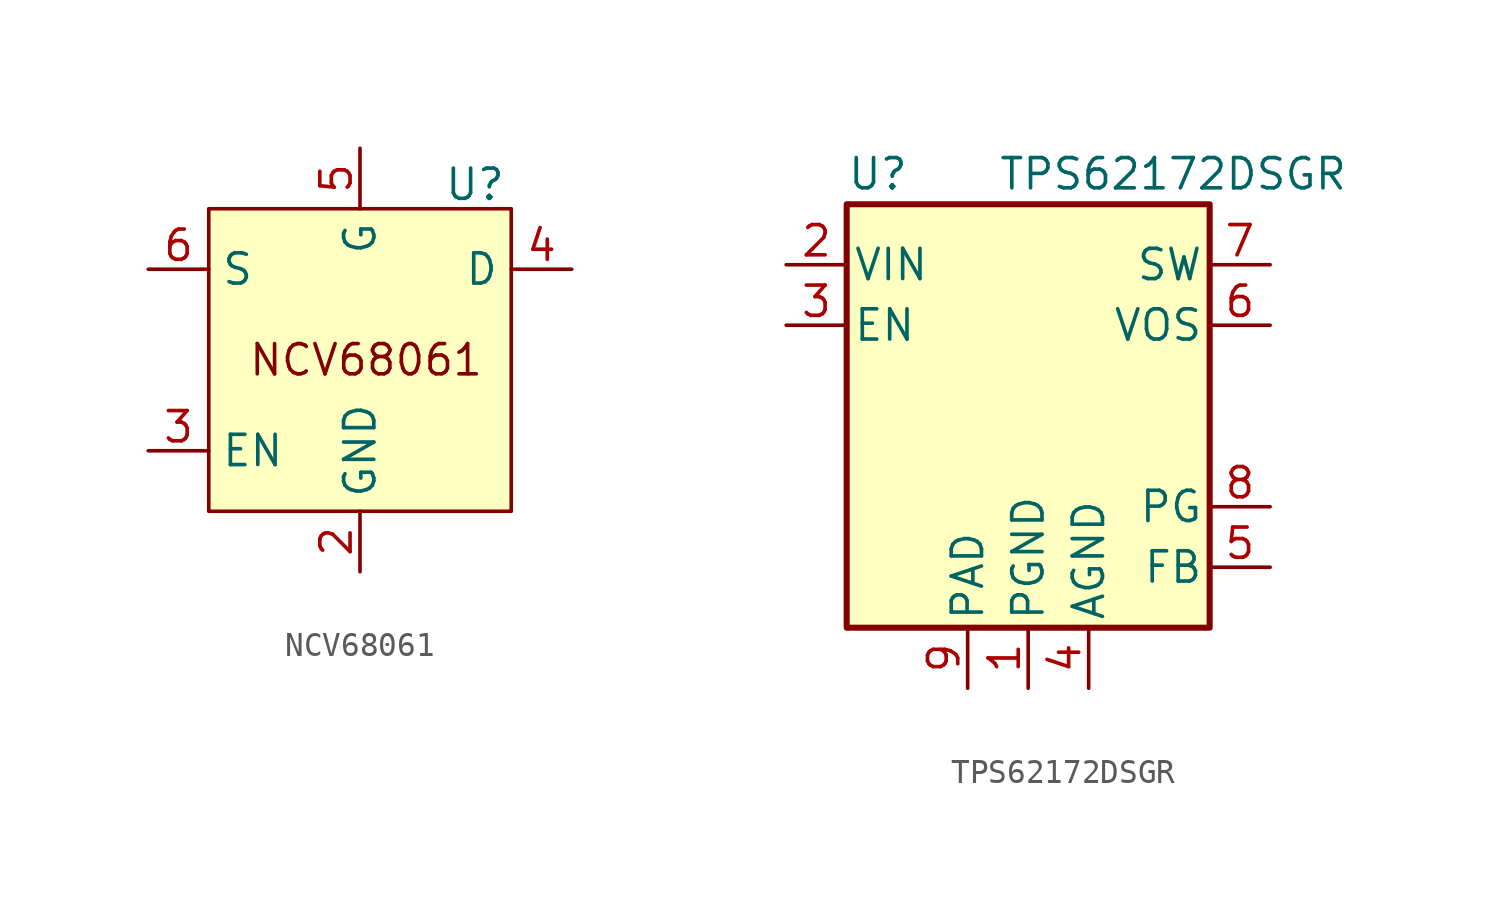
<source format=kicad_sym>
(kicad_symbol_lib
  (version 20231120)
  (generator "kicad_symbol_editor")
  (generator_version "8.0")
  (symbol "NCV68061"
    (property "Reference" "U"
      (at 4.826 7.366 0)
      (do_not_autoplace)
      (effects (font (size 1.27 1.27))))
    (property "Value" ""
      (at 0 0 0)
      (effects (font (size 1.27 1.27))))
    (symbol "NCV68061_1_1"
      (rectangle (start -6.35 6.35) (end 6.35 -6.35) (stroke (width 0) (type default)) (fill (type background)))
      (text "NCV68061" (at 0.254 0 0) (effects (font (size 1.27 1.27))))
      (pin no_connect line (at 0 -8.89 90) (length 2.54) hide (name "NC" (effects (font (size 1.27 1.27)))) (number "1" (effects (font (size 1.27 1.27)))))
      (pin power_in line (at 0 -8.89 90) (length 2.54) (name "GND" (effects (font (size 1.27 1.27)))) (number "2" (effects (font (size 1.27 1.27)))))
      (pin input line (at -8.89 -3.81 0) (length 2.54) (name "EN" (effects (font (size 1.27 1.27)))) (number "3" (effects (font (size 1.27 1.27)))))
      (pin output line (at 8.89 3.81 180) (length 2.54) (name "D" (effects (font (size 1.27 1.27)))) (number "4" (effects (font (size 1.27 1.27)))))
      (pin output line (at 0 8.89 270) (length 2.54) (name "G" (effects (font (size 1.27 1.27)))) (number "5" (effects (font (size 1.27 1.27)))))
      (pin power_in line (at -8.89 3.81 0) (length 2.54) (name "S" (effects (font (size 1.27 1.27)))) (number "6" (effects (font (size 1.27 1.27)))))))
  (symbol "TPS62172DSGR"
    (pin_names
      (offset 0.254))
    (property "Reference" "U"
      (at -7.62 11.43 0)
      (effects (font (size 1.27 1.27)) (justify left)))
    (property "Value" "TPS62172DSGR"
      (at -1.27 11.43 0)
      (effects (font (size 1.27 1.27)) (justify left)))
    (symbol "TPS62172DSGR_0_1"
      (rectangle (start -7.62 10.16) (end 7.62 -7.62) (stroke (width 0.254) (type default)) (fill (type background))))
    (symbol "TPS62172DSGR_1_1"
      (pin power_in line (at 0 -10.16 90) (length 2.54) (name "PGND" (effects (font (size 1.27 1.27)))) (number "1" (effects (font (size 1.27 1.27)))))
      (pin power_in line (at -10.16 7.62 0) (length 2.54) (name "VIN" (effects (font (size 1.27 1.27)))) (number "2" (effects (font (size 1.27 1.27)))))
      (pin input line (at -10.16 5.08 0) (length 2.54) (name "EN" (effects (font (size 1.27 1.27)))) (number "3" (effects (font (size 1.27 1.27)))))
      (pin power_in line (at 2.54 -10.16 90) (length 2.54) (name "AGND" (effects (font (size 1.27 1.27)))) (number "4" (effects (font (size 1.27 1.27)))))
      (pin input line (at 10.16 -5.08 180) (length 2.54) (name "FB" (effects (font (size 1.27 1.27)))) (number "5" (effects (font (size 1.27 1.27)))))
      (pin input line (at 10.16 5.08 180) (length 2.54) (name "VOS" (effects (font (size 1.27 1.27)))) (number "6" (effects (font (size 1.27 1.27)))))
      (pin output line (at 10.16 7.62 180) (length 2.54) (name "SW" (effects (font (size 1.27 1.27)))) (number "7" (effects (font (size 1.27 1.27)))))
      (pin open_collector line (at 10.16 -2.54 180) (length 2.54) (name "PG" (effects (font (size 1.27 1.27)))) (number "8" (effects (font (size 1.27 1.27)))))
      (pin power_in line (at -2.54 -10.16 90) (length 2.54) (name "PAD" (effects (font (size 1.27 1.27)))) (number "9" (effects (font (size 1.27 1.27))))))))
</source>
